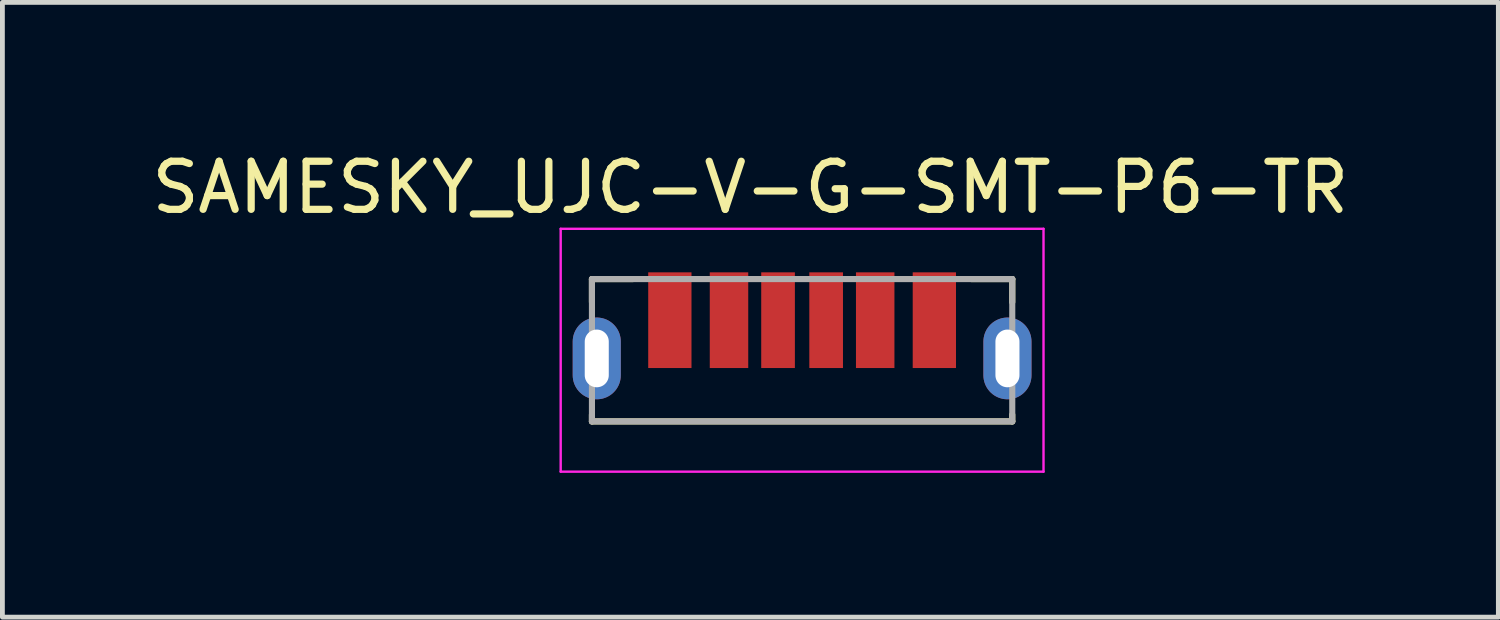
<source format=kicad_pcb>
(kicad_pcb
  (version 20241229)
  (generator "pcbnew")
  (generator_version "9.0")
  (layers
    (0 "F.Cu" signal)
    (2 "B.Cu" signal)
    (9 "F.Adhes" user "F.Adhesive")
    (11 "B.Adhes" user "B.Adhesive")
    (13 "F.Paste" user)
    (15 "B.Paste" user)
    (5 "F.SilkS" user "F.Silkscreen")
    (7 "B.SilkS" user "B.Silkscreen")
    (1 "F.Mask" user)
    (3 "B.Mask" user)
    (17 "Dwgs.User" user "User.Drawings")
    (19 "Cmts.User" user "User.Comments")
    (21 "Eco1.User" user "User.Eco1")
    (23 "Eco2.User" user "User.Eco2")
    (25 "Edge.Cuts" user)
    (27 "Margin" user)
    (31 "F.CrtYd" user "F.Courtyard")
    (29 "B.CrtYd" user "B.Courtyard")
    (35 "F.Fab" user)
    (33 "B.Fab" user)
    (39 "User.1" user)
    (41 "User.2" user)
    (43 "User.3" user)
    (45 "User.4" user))
  (footprint "SAMESKY_UJC-V-G-SMT-P6-TR"
    (layer "F.Cu")
    (at 13.629 4.233)
    (property "Reference" "SAMESKY_UJC-V-G-SMT-P6-TR" (at -1.075 -3.385 0) (layer "F.SilkS") (effects (font (size 1 1) (thickness 0.15))))
    (attr smd)
    (fp_line (start -4.37 -1.48) (end -3.52 -1.48) (stroke (width 0.127) (type solid)) (layer "F.SilkS"))
    (fp_line (start -4.37 -1) (end -4.37 -1.48) (stroke (width 0.127) (type solid)) (layer "F.SilkS"))
    (fp_line (start -4.37 1.48) (end -4.37 1.34) (stroke (width 0.127) (type solid)) (layer "F.SilkS"))
    (fp_line (start 4.37 -1.48) (end 3.52 -1.48) (stroke (width 0.127) (type solid)) (layer "F.SilkS"))
    (fp_line (start 4.37 -1) (end 4.37 -1.48) (stroke (width 0.127) (type solid)) (layer "F.SilkS"))
    (fp_line (start 4.37 1.34) (end 4.37 1.48) (stroke (width 0.127) (type solid)) (layer "F.SilkS"))
    (fp_line (start 4.37 1.48) (end -4.37 1.48) (stroke (width 0.127) (type solid)) (layer "F.SilkS"))
    (fp_line (start -5.02 -2.525) (end 5.02 -2.525) (stroke (width 0.05) (type solid)) (layer "F.CrtYd"))
    (fp_line (start -5.02 2.525) (end -5.02 -2.525) (stroke (width 0.05) (type solid)) (layer "F.CrtYd"))
    (fp_line (start 5.02 -2.525) (end 5.02 2.525) (stroke (width 0.05) (type solid)) (layer "F.CrtYd"))
    (fp_line (start 5.02 2.525) (end -5.02 2.525) (stroke (width 0.05) (type solid)) (layer "F.CrtYd"))
    (fp_line (start -4.37 -1.48) (end 4.37 -1.48) (stroke (width 0.127) (type solid)) (layer "F.Fab"))
    (fp_line (start -4.37 1.48) (end -4.37 -1.48) (stroke (width 0.127) (type solid)) (layer "F.Fab"))
    (fp_line (start 4.37 -1.48) (end 4.37 1.48) (stroke (width 0.127) (type solid)) (layer "F.Fab"))
    (fp_line (start 4.37 1.48) (end -4.37 1.48) (stroke (width 0.127) (type solid)) (layer "F.Fab"))
    (pad "A5" smd rect (at -0.5 -0.625) (size 0.7 1.99) (layers "F.Cu" "F.Mask" "F.Paste"))
    (pad "A9" smd rect (at 1.52 -0.625) (size 0.8 1.99) (layers "F.Cu" "F.Mask" "F.Paste"))
    (pad "A12" smd rect (at 2.75 -0.625) (size 0.9 1.99) (layers "F.Cu" "F.Mask" "F.Paste"))
    (pad "B5" smd rect (at 0.5 -0.625) (size 0.7 1.99) (layers "F.Cu" "F.Mask" "F.Paste"))
    (pad "B9" smd rect (at -1.52 -0.625) (size 0.8 1.99) (layers "F.Cu" "F.Mask" "F.Paste"))
    (pad "B12" smd rect (at -2.75 -0.625) (size 0.9 1.99) (layers "F.Cu" "F.Mask" "F.Paste"))
    (pad "SH1" thru_hole oval (at -4.27 0.17) (size 1 1.7) (drill oval 0.5 1.2) (layers "*.Cu" "*.Mask"))
    (pad "SH2" thru_hole oval (at 4.27 0.17) (size 1 1.7) (drill oval 0.5 1.2) (layers "*.Cu" "*.Mask")))
  (gr_rect
    (start -3 -3)
    (end 28.107 9.783)
    (stroke (width 0.1) (type default))
    (fill no)
    (layer "Edge.Cuts")))
</source>
